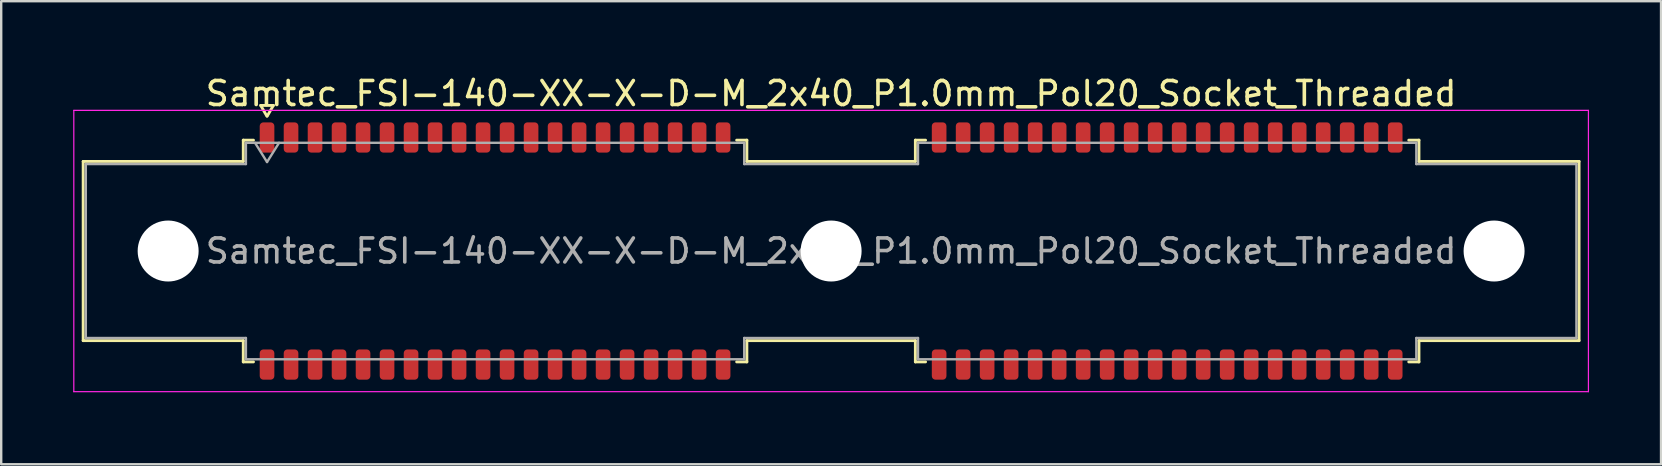
<source format=kicad_pcb>
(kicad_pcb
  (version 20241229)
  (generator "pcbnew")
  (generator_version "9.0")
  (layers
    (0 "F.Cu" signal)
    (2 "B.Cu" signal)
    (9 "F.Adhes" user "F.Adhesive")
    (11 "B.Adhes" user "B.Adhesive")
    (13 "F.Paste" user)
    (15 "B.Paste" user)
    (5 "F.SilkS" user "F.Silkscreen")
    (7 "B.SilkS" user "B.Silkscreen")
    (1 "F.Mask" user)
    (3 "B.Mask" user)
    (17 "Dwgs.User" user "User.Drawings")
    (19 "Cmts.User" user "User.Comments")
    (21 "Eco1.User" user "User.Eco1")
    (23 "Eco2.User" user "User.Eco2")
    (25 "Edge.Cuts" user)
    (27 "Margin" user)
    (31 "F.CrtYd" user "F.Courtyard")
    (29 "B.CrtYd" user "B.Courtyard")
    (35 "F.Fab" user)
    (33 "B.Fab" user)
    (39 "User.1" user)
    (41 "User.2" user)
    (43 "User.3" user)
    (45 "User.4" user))
  (footprint "Samtec_FSI-140-XX-X-D-M_2x40_P1.0mm_Pol20_Socket_Threaded"
    (layer "F.Cu")
    (at 31.575 7.408)
    (property "Reference" "Samtec_FSI-140-XX-X-D-M_2x40_P1.0mm_Pol20_Socket_Threaded" (at 0 -6.56 0) (layer "F.SilkS") (effects (font (size 1 1) (thickness 0.15))))
    (attr smd)
    (fp_line (start -31.16 -3.733) (end -24.49 -3.733) (stroke (width 0.12) (type solid)) (layer "F.SilkS"))
    (fp_line (start -31.16 3.733) (end -31.16 -3.733) (stroke (width 0.12) (type solid)) (layer "F.SilkS"))
    (fp_line (start -24.49 -4.619) (end -24.065 -4.619) (stroke (width 0.12) (type solid)) (layer "F.SilkS"))
    (fp_line (start -24.49 -3.733) (end -24.49 -4.619) (stroke (width 0.12) (type solid)) (layer "F.SilkS"))
    (fp_line (start -24.49 3.733) (end -31.16 3.733) (stroke (width 0.12) (type solid)) (layer "F.SilkS"))
    (fp_line (start -24.49 4.619) (end -24.49 3.733) (stroke (width 0.12) (type solid)) (layer "F.SilkS"))
    (fp_line (start -24.065 4.619) (end -24.49 4.619) (stroke (width 0.12) (type solid)) (layer "F.SilkS"))
    (fp_line (start -23.764 -6.066) (end -23.507 -5.62) (stroke (width 0.12) (type solid)) (layer "F.SilkS"))
    (fp_line (start -23.493 -5.62) (end -23.236 -6.066) (stroke (width 0.12) (type solid)) (layer "F.SilkS"))
    (fp_line (start -23.236 -6.066) (end -23.764 -6.066) (stroke (width 0.12) (type solid)) (layer "F.SilkS"))
    (fp_line (start -3.935 -4.619) (end -3.51 -4.619) (stroke (width 0.12) (type solid)) (layer "F.SilkS"))
    (fp_line (start -3.51 -4.619) (end -3.51 -3.733) (stroke (width 0.12) (type solid)) (layer "F.SilkS"))
    (fp_line (start -3.51 -3.733) (end 3.51 -3.733) (stroke (width 0.12) (type solid)) (layer "F.SilkS"))
    (fp_line (start -3.51 3.733) (end -3.51 4.619) (stroke (width 0.12) (type solid)) (layer "F.SilkS"))
    (fp_line (start -3.51 4.619) (end -3.935 4.619) (stroke (width 0.12) (type solid)) (layer "F.SilkS"))
    (fp_line (start 3.51 -4.619) (end 3.935 -4.619) (stroke (width 0.12) (type solid)) (layer "F.SilkS"))
    (fp_line (start 3.51 -3.733) (end 3.51 -4.619) (stroke (width 0.12) (type solid)) (layer "F.SilkS"))
    (fp_line (start 3.51 3.733) (end -3.51 3.733) (stroke (width 0.12) (type solid)) (layer "F.SilkS"))
    (fp_line (start 3.51 4.619) (end 3.51 3.733) (stroke (width 0.12) (type solid)) (layer "F.SilkS"))
    (fp_line (start 3.935 4.619) (end 3.51 4.619) (stroke (width 0.12) (type solid)) (layer "F.SilkS"))
    (fp_line (start 24.065 -4.619) (end 24.49 -4.619) (stroke (width 0.12) (type solid)) (layer "F.SilkS"))
    (fp_line (start 24.49 -4.619) (end 24.49 -3.733) (stroke (width 0.12) (type solid)) (layer "F.SilkS"))
    (fp_line (start 24.49 -3.733) (end 31.16 -3.733) (stroke (width 0.12) (type solid)) (layer "F.SilkS"))
    (fp_line (start 24.49 3.733) (end 24.49 4.619) (stroke (width 0.12) (type solid)) (layer "F.SilkS"))
    (fp_line (start 24.49 4.619) (end 24.065 4.619) (stroke (width 0.12) (type solid)) (layer "F.SilkS"))
    (fp_line (start 31.16 -3.733) (end 31.16 3.733) (stroke (width 0.12) (type solid)) (layer "F.SilkS"))
    (fp_line (start 31.16 3.733) (end 24.49 3.733) (stroke (width 0.12) (type solid)) (layer "F.SilkS"))
    (fp_line (start -31.55 -5.86) (end -31.55 5.86) (stroke (width 0.05) (type solid)) (layer "F.CrtYd"))
    (fp_line (start -31.55 5.86) (end 31.55 5.86) (stroke (width 0.05) (type solid)) (layer "F.CrtYd"))
    (fp_line (start 31.55 -5.86) (end -31.55 -5.86) (stroke (width 0.05) (type solid)) (layer "F.CrtYd"))
    (fp_line (start 31.55 5.86) (end 31.55 -5.86) (stroke (width 0.05) (type solid)) (layer "F.CrtYd"))
    (fp_line (start -31.05 -3.623) (end -24.38 -3.623) (stroke (width 0.1) (type solid)) (layer "F.Fab"))
    (fp_line (start -31.05 3.623) (end -31.05 -3.623) (stroke (width 0.1) (type solid)) (layer "F.Fab"))
    (fp_line (start -24.38 -4.508) (end -3.62 -4.508) (stroke (width 0.1) (type solid)) (layer "F.Fab"))
    (fp_line (start -24.38 -3.623) (end -24.38 -4.508) (stroke (width 0.1) (type solid)) (layer "F.Fab"))
    (fp_line (start -24.38 3.623) (end -31.05 3.623) (stroke (width 0.1) (type solid)) (layer "F.Fab"))
    (fp_line (start -24.38 4.508) (end -24.38 3.623) (stroke (width 0.1) (type solid)) (layer "F.Fab"))
    (fp_line (start -24 -4.508) (end -23.5 -3.708) (stroke (width 0.1) (type solid)) (layer "F.Fab"))
    (fp_line (start -23.5 -3.708) (end -23 -4.508) (stroke (width 0.1) (type solid)) (layer "F.Fab"))
    (fp_line (start -3.62 -4.508) (end -3.62 -3.623) (stroke (width 0.1) (type solid)) (layer "F.Fab"))
    (fp_line (start -3.62 -3.623) (end 3.62 -3.623) (stroke (width 0.1) (type solid)) (layer "F.Fab"))
    (fp_line (start -3.62 3.623) (end -3.62 4.508) (stroke (width 0.1) (type solid)) (layer "F.Fab"))
    (fp_line (start -3.62 4.508) (end -24.38 4.508) (stroke (width 0.1) (type solid)) (layer "F.Fab"))
    (fp_line (start 3.62 -4.508) (end 24.38 -4.508) (stroke (width 0.1) (type solid)) (layer "F.Fab"))
    (fp_line (start 3.62 -3.623) (end 3.62 -4.508) (stroke (width 0.1) (type solid)) (layer "F.Fab"))
    (fp_line (start 3.62 3.623) (end -3.62 3.623) (stroke (width 0.1) (type solid)) (layer "F.Fab"))
    (fp_line (start 3.62 4.508) (end 3.62 3.623) (stroke (width 0.1) (type solid)) (layer "F.Fab"))
    (fp_line (start 24.38 -4.508) (end 24.38 -3.623) (stroke (width 0.1) (type solid)) (layer "F.Fab"))
    (fp_line (start 24.38 -3.623) (end 31.05 -3.623) (stroke (width 0.1) (type solid)) (layer "F.Fab"))
    (fp_line (start 24.38 3.623) (end 24.38 4.508) (stroke (width 0.1) (type solid)) (layer "F.Fab"))
    (fp_line (start 24.38 4.508) (end 3.62 4.508) (stroke (width 0.1) (type solid)) (layer "F.Fab"))
    (fp_line (start 31.05 -3.623) (end 31.05 3.623) (stroke (width 0.1) (type solid)) (layer "F.Fab"))
    (fp_line (start 31.05 3.623) (end 24.38 3.623) (stroke (width 0.1) (type solid)) (layer "F.Fab"))
    (fp_text user "${REFERENCE}" (at 0 0 0) (layer "F.Fab") (effects (font (size 1 1) (thickness 0.15))))
    (pad "" np_thru_hole circle (at -27.62 0) (size 2.54 2.54) (drill 2.54) (layers "*.Cu" "*.Mask"))
    (pad "" np_thru_hole circle (at 0 0) (size 2.54 2.54) (drill 2.54) (layers "*.Cu" "*.Mask"))
    (pad "" np_thru_hole circle (at 27.62 0) (size 2.54 2.54) (drill 2.54) (layers "*.Cu" "*.Mask"))
    (pad "1" smd roundrect (at -23.5 -4.73) (size 0.61 1.26) (layers "F.Cu" "F.Mask" "F.Paste") (roundrect_rratio 0.25))
    (pad "2" smd roundrect (at -23.5 4.73) (size 0.61 1.26) (layers "F.Cu" "F.Mask" "F.Paste") (roundrect_rratio 0.25))
    (pad "3" smd roundrect (at -22.5 -4.73) (size 0.61 1.26) (layers "F.Cu" "F.Mask" "F.Paste") (roundrect_rratio 0.25))
    (pad "4" smd roundrect (at -22.5 4.73) (size 0.61 1.26) (layers "F.Cu" "F.Mask" "F.Paste") (roundrect_rratio 0.25))
    (pad "5" smd roundrect (at -21.5 -4.73) (size 0.61 1.26) (layers "F.Cu" "F.Mask" "F.Paste") (roundrect_rratio 0.25))
    (pad "6" smd roundrect (at -21.5 4.73) (size 0.61 1.26) (layers "F.Cu" "F.Mask" "F.Paste") (roundrect_rratio 0.25))
    (pad "7" smd roundrect (at -20.5 -4.73) (size 0.61 1.26) (layers "F.Cu" "F.Mask" "F.Paste") (roundrect_rratio 0.25))
    (pad "8" smd roundrect (at -20.5 4.73) (size 0.61 1.26) (layers "F.Cu" "F.Mask" "F.Paste") (roundrect_rratio 0.25))
    (pad "9" smd roundrect (at -19.5 -4.73) (size 0.61 1.26) (layers "F.Cu" "F.Mask" "F.Paste") (roundrect_rratio 0.25))
    (pad "10" smd roundrect (at -19.5 4.73) (size 0.61 1.26) (layers "F.Cu" "F.Mask" "F.Paste") (roundrect_rratio 0.25))
    (pad "11" smd roundrect (at -18.5 -4.73) (size 0.61 1.26) (layers "F.Cu" "F.Mask" "F.Paste") (roundrect_rratio 0.25))
    (pad "12" smd roundrect (at -18.5 4.73) (size 0.61 1.26) (layers "F.Cu" "F.Mask" "F.Paste") (roundrect_rratio 0.25))
    (pad "13" smd roundrect (at -17.5 -4.73) (size 0.61 1.26) (layers "F.Cu" "F.Mask" "F.Paste") (roundrect_rratio 0.25))
    (pad "14" smd roundrect (at -17.5 4.73) (size 0.61 1.26) (layers "F.Cu" "F.Mask" "F.Paste") (roundrect_rratio 0.25))
    (pad "15" smd roundrect (at -16.5 -4.73) (size 0.61 1.26) (layers "F.Cu" "F.Mask" "F.Paste") (roundrect_rratio 0.25))
    (pad "16" smd roundrect (at -16.5 4.73) (size 0.61 1.26) (layers "F.Cu" "F.Mask" "F.Paste") (roundrect_rratio 0.25))
    (pad "17" smd roundrect (at -15.5 -4.73) (size 0.61 1.26) (layers "F.Cu" "F.Mask" "F.Paste") (roundrect_rratio 0.25))
    (pad "18" smd roundrect (at -15.5 4.73) (size 0.61 1.26) (layers "F.Cu" "F.Mask" "F.Paste") (roundrect_rratio 0.25))
    (pad "19" smd roundrect (at -14.5 -4.73) (size 0.61 1.26) (layers "F.Cu" "F.Mask" "F.Paste") (roundrect_rratio 0.25))
    (pad "20" smd roundrect (at -14.5 4.73) (size 0.61 1.26) (layers "F.Cu" "F.Mask" "F.Paste") (roundrect_rratio 0.25))
    (pad "21" smd roundrect (at -13.5 -4.73) (size 0.61 1.26) (layers "F.Cu" "F.Mask" "F.Paste") (roundrect_rratio 0.25))
    (pad "22" smd roundrect (at -13.5 4.73) (size 0.61 1.26) (layers "F.Cu" "F.Mask" "F.Paste") (roundrect_rratio 0.25))
    (pad "23" smd roundrect (at -12.5 -4.73) (size 0.61 1.26) (layers "F.Cu" "F.Mask" "F.Paste") (roundrect_rratio 0.25))
    (pad "24" smd roundrect (at -12.5 4.73) (size 0.61 1.26) (layers "F.Cu" "F.Mask" "F.Paste") (roundrect_rratio 0.25))
    (pad "25" smd roundrect (at -11.5 -4.73) (size 0.61 1.26) (layers "F.Cu" "F.Mask" "F.Paste") (roundrect_rratio 0.25))
    (pad "26" smd roundrect (at -11.5 4.73) (size 0.61 1.26) (layers "F.Cu" "F.Mask" "F.Paste") (roundrect_rratio 0.25))
    (pad "27" smd roundrect (at -10.5 -4.73) (size 0.61 1.26) (layers "F.Cu" "F.Mask" "F.Paste") (roundrect_rratio 0.25))
    (pad "28" smd roundrect (at -10.5 4.73) (size 0.61 1.26) (layers "F.Cu" "F.Mask" "F.Paste") (roundrect_rratio 0.25))
    (pad "29" smd roundrect (at -9.5 -4.73) (size 0.61 1.26) (layers "F.Cu" "F.Mask" "F.Paste") (roundrect_rratio 0.25))
    (pad "30" smd roundrect (at -9.5 4.73) (size 0.61 1.26) (layers "F.Cu" "F.Mask" "F.Paste") (roundrect_rratio 0.25))
    (pad "31" smd roundrect (at -8.5 -4.73) (size 0.61 1.26) (layers "F.Cu" "F.Mask" "F.Paste") (roundrect_rratio 0.25))
    (pad "32" smd roundrect (at -8.5 4.73) (size 0.61 1.26) (layers "F.Cu" "F.Mask" "F.Paste") (roundrect_rratio 0.25))
    (pad "33" smd roundrect (at -7.5 -4.73) (size 0.61 1.26) (layers "F.Cu" "F.Mask" "F.Paste") (roundrect_rratio 0.25))
    (pad "34" smd roundrect (at -7.5 4.73) (size 0.61 1.26) (layers "F.Cu" "F.Mask" "F.Paste") (roundrect_rratio 0.25))
    (pad "35" smd roundrect (at -6.5 -4.73) (size 0.61 1.26) (layers "F.Cu" "F.Mask" "F.Paste") (roundrect_rratio 0.25))
    (pad "36" smd roundrect (at -6.5 4.73) (size 0.61 1.26) (layers "F.Cu" "F.Mask" "F.Paste") (roundrect_rratio 0.25))
    (pad "37" smd roundrect (at -5.5 -4.73) (size 0.61 1.26) (layers "F.Cu" "F.Mask" "F.Paste") (roundrect_rratio 0.25))
    (pad "38" smd roundrect (at -5.5 4.73) (size 0.61 1.26) (layers "F.Cu" "F.Mask" "F.Paste") (roundrect_rratio 0.25))
    (pad "39" smd roundrect (at -4.5 -4.73) (size 0.61 1.26) (layers "F.Cu" "F.Mask" "F.Paste") (roundrect_rratio 0.25))
    (pad "40" smd roundrect (at -4.5 4.73) (size 0.61 1.26) (layers "F.Cu" "F.Mask" "F.Paste") (roundrect_rratio 0.25))
    (pad "41" smd roundrect (at 4.5 -4.73) (size 0.61 1.26) (layers "F.Cu" "F.Mask" "F.Paste") (roundrect_rratio 0.25))
    (pad "42" smd roundrect (at 4.5 4.73) (size 0.61 1.26) (layers "F.Cu" "F.Mask" "F.Paste") (roundrect_rratio 0.25))
    (pad "43" smd roundrect (at 5.5 -4.73) (size 0.61 1.26) (layers "F.Cu" "F.Mask" "F.Paste") (roundrect_rratio 0.25))
    (pad "44" smd roundrect (at 5.5 4.73) (size 0.61 1.26) (layers "F.Cu" "F.Mask" "F.Paste") (roundrect_rratio 0.25))
    (pad "45" smd roundrect (at 6.5 -4.73) (size 0.61 1.26) (layers "F.Cu" "F.Mask" "F.Paste") (roundrect_rratio 0.25))
    (pad "46" smd roundrect (at 6.5 4.73) (size 0.61 1.26) (layers "F.Cu" "F.Mask" "F.Paste") (roundrect_rratio 0.25))
    (pad "47" smd roundrect (at 7.5 -4.73) (size 0.61 1.26) (layers "F.Cu" "F.Mask" "F.Paste") (roundrect_rratio 0.25))
    (pad "48" smd roundrect (at 7.5 4.73) (size 0.61 1.26) (layers "F.Cu" "F.Mask" "F.Paste") (roundrect_rratio 0.25))
    (pad "49" smd roundrect (at 8.5 -4.73) (size 0.61 1.26) (layers "F.Cu" "F.Mask" "F.Paste") (roundrect_rratio 0.25))
    (pad "50" smd roundrect (at 8.5 4.73) (size 0.61 1.26) (layers "F.Cu" "F.Mask" "F.Paste") (roundrect_rratio 0.25))
    (pad "51" smd roundrect (at 9.5 -4.73) (size 0.61 1.26) (layers "F.Cu" "F.Mask" "F.Paste") (roundrect_rratio 0.25))
    (pad "52" smd roundrect (at 9.5 4.73) (size 0.61 1.26) (layers "F.Cu" "F.Mask" "F.Paste") (roundrect_rratio 0.25))
    (pad "53" smd roundrect (at 10.5 -4.73) (size 0.61 1.26) (layers "F.Cu" "F.Mask" "F.Paste") (roundrect_rratio 0.25))
    (pad "54" smd roundrect (at 10.5 4.73) (size 0.61 1.26) (layers "F.Cu" "F.Mask" "F.Paste") (roundrect_rratio 0.25))
    (pad "55" smd roundrect (at 11.5 -4.73) (size 0.61 1.26) (layers "F.Cu" "F.Mask" "F.Paste") (roundrect_rratio 0.25))
    (pad "56" smd roundrect (at 11.5 4.73) (size 0.61 1.26) (layers "F.Cu" "F.Mask" "F.Paste") (roundrect_rratio 0.25))
    (pad "57" smd roundrect (at 12.5 -4.73) (size 0.61 1.26) (layers "F.Cu" "F.Mask" "F.Paste") (roundrect_rratio 0.25))
    (pad "58" smd roundrect (at 12.5 4.73) (size 0.61 1.26) (layers "F.Cu" "F.Mask" "F.Paste") (roundrect_rratio 0.25))
    (pad "59" smd roundrect (at 13.5 -4.73) (size 0.61 1.26) (layers "F.Cu" "F.Mask" "F.Paste") (roundrect_rratio 0.25))
    (pad "60" smd roundrect (at 13.5 4.73) (size 0.61 1.26) (layers "F.Cu" "F.Mask" "F.Paste") (roundrect_rratio 0.25))
    (pad "61" smd roundrect (at 14.5 -4.73) (size 0.61 1.26) (layers "F.Cu" "F.Mask" "F.Paste") (roundrect_rratio 0.25))
    (pad "62" smd roundrect (at 14.5 4.73) (size 0.61 1.26) (layers "F.Cu" "F.Mask" "F.Paste") (roundrect_rratio 0.25))
    (pad "63" smd roundrect (at 15.5 -4.73) (size 0.61 1.26) (layers "F.Cu" "F.Mask" "F.Paste") (roundrect_rratio 0.25))
    (pad "64" smd roundrect (at 15.5 4.73) (size 0.61 1.26) (layers "F.Cu" "F.Mask" "F.Paste") (roundrect_rratio 0.25))
    (pad "65" smd roundrect (at 16.5 -4.73) (size 0.61 1.26) (layers "F.Cu" "F.Mask" "F.Paste") (roundrect_rratio 0.25))
    (pad "66" smd roundrect (at 16.5 4.73) (size 0.61 1.26) (layers "F.Cu" "F.Mask" "F.Paste") (roundrect_rratio 0.25))
    (pad "67" smd roundrect (at 17.5 -4.73) (size 0.61 1.26) (layers "F.Cu" "F.Mask" "F.Paste") (roundrect_rratio 0.25))
    (pad "68" smd roundrect (at 17.5 4.73) (size 0.61 1.26) (layers "F.Cu" "F.Mask" "F.Paste") (roundrect_rratio 0.25))
    (pad "69" smd roundrect (at 18.5 -4.73) (size 0.61 1.26) (layers "F.Cu" "F.Mask" "F.Paste") (roundrect_rratio 0.25))
    (pad "70" smd roundrect (at 18.5 4.73) (size 0.61 1.26) (layers "F.Cu" "F.Mask" "F.Paste") (roundrect_rratio 0.25))
    (pad "71" smd roundrect (at 19.5 -4.73) (size 0.61 1.26) (layers "F.Cu" "F.Mask" "F.Paste") (roundrect_rratio 0.25))
    (pad "72" smd roundrect (at 19.5 4.73) (size 0.61 1.26) (layers "F.Cu" "F.Mask" "F.Paste") (roundrect_rratio 0.25))
    (pad "73" smd roundrect (at 20.5 -4.73) (size 0.61 1.26) (layers "F.Cu" "F.Mask" "F.Paste") (roundrect_rratio 0.25))
    (pad "74" smd roundrect (at 20.5 4.73) (size 0.61 1.26) (layers "F.Cu" "F.Mask" "F.Paste") (roundrect_rratio 0.25))
    (pad "75" smd roundrect (at 21.5 -4.73) (size 0.61 1.26) (layers "F.Cu" "F.Mask" "F.Paste") (roundrect_rratio 0.25))
    (pad "76" smd roundrect (at 21.5 4.73) (size 0.61 1.26) (layers "F.Cu" "F.Mask" "F.Paste") (roundrect_rratio 0.25))
    (pad "77" smd roundrect (at 22.5 -4.73) (size 0.61 1.26) (layers "F.Cu" "F.Mask" "F.Paste") (roundrect_rratio 0.25))
    (pad "78" smd roundrect (at 22.5 4.73) (size 0.61 1.26) (layers "F.Cu" "F.Mask" "F.Paste") (roundrect_rratio 0.25))
    (pad "79" smd roundrect (at 23.5 -4.73) (size 0.61 1.26) (layers "F.Cu" "F.Mask" "F.Paste") (roundrect_rratio 0.25))
    (pad "80" smd roundrect (at 23.5 4.73) (size 0.61 1.26) (layers "F.Cu" "F.Mask" "F.Paste") (roundrect_rratio 0.25)))
  (gr_rect
    (start -3 -3)
    (end 66.15 16.293)
    (stroke (width 0.1) (type default))
    (fill no)
    (layer "Edge.Cuts")))
</source>
